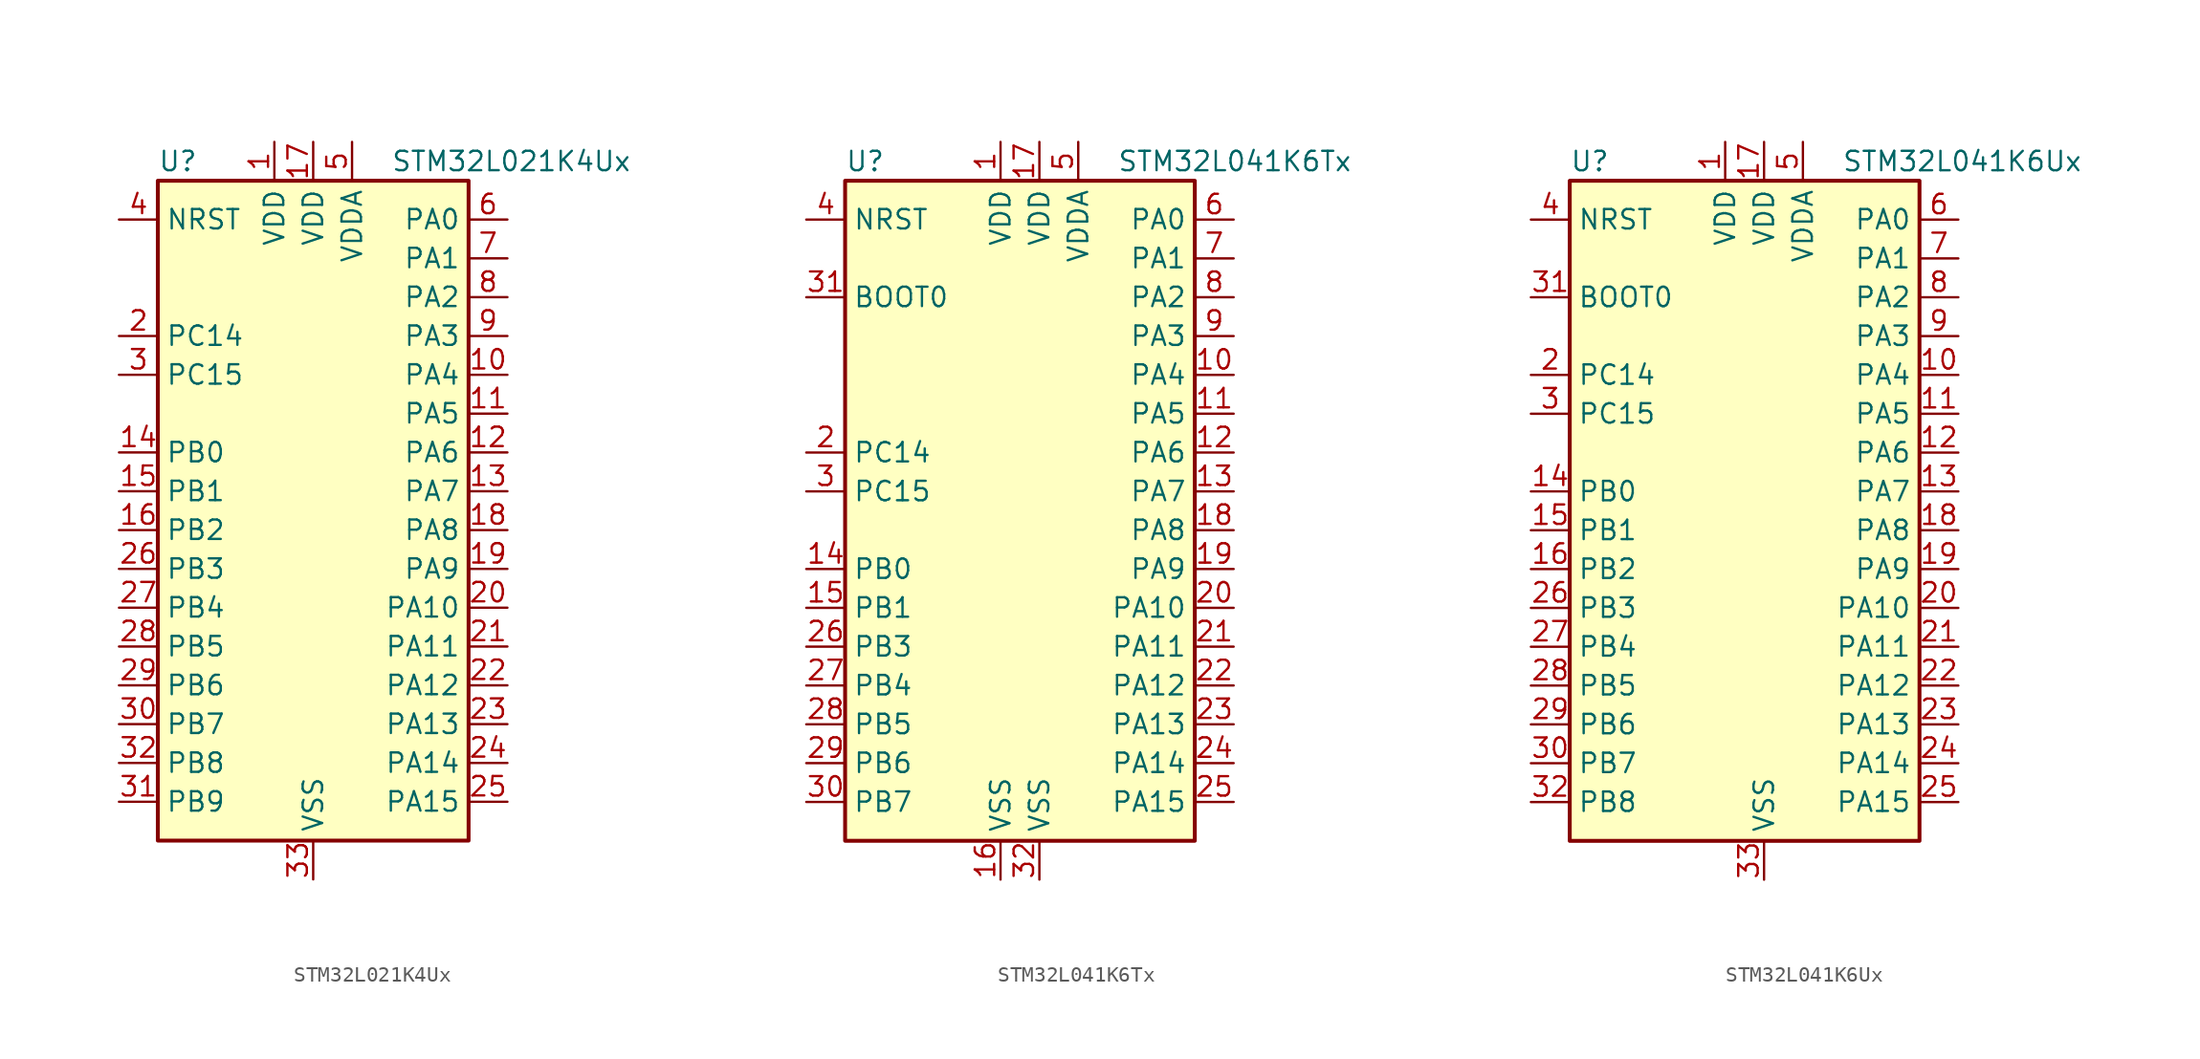
<source format=kicad_sym>
(kicad_symbol_lib
  (version 20201005)
  (generator kicad_symbol_editor)
  (symbol "STM32L021K4Ux"
    (property "Reference" "U"
      (at -10.16 21.59 0)
      (effects (font (size 1.27 1.27)) (justify left)))
    (property "Value" "STM32L021K4Ux"
      (at 5.08 21.59 0)
      (effects (font (size 1.27 1.27)) (justify left)))
    (symbol "STM32L021K4Ux_0_1"
      (rectangle (start -10.16 -22.86) (end 10.16 20.32) (stroke (width 0.254)) (fill (type background))))
    (symbol "STM32L021K4Ux_1_1"
      (pin input line (at -12.7 17.78 0) (length 2.54) (name "NRST" (effects (font (size 1.27 1.27)))) (number "4" (effects (font (size 1.27 1.27)))))
      (pin bidirectional line (at 12.7 17.78 180) (length 2.54) (name "PA0" (effects (font (size 1.27 1.27)))) (number "6" (effects (font (size 1.27 1.27)))))
      (pin bidirectional line (at 12.7 15.24 180) (length 2.54) (name "PA1" (effects (font (size 1.27 1.27)))) (number "7" (effects (font (size 1.27 1.27)))))
      (pin bidirectional line (at 12.7 -7.62 180) (length 2.54) (name "PA10" (effects (font (size 1.27 1.27)))) (number "20" (effects (font (size 1.27 1.27)))))
      (pin bidirectional line (at 12.7 -10.16 180) (length 2.54) (name "PA11" (effects (font (size 1.27 1.27)))) (number "21" (effects (font (size 1.27 1.27)))))
      (pin bidirectional line (at 12.7 -12.7 180) (length 2.54) (name "PA12" (effects (font (size 1.27 1.27)))) (number "22" (effects (font (size 1.27 1.27)))))
      (pin bidirectional line (at 12.7 -15.24 180) (length 2.54) (name "PA13" (effects (font (size 1.27 1.27)))) (number "23" (effects (font (size 1.27 1.27)))))
      (pin bidirectional line (at 12.7 -17.78 180) (length 2.54) (name "PA14" (effects (font (size 1.27 1.27)))) (number "24" (effects (font (size 1.27 1.27)))))
      (pin bidirectional line (at 12.7 -20.32 180) (length 2.54) (name "PA15" (effects (font (size 1.27 1.27)))) (number "25" (effects (font (size 1.27 1.27)))))
      (pin bidirectional line (at 12.7 12.7 180) (length 2.54) (name "PA2" (effects (font (size 1.27 1.27)))) (number "8" (effects (font (size 1.27 1.27)))))
      (pin bidirectional line (at 12.7 10.16 180) (length 2.54) (name "PA3" (effects (font (size 1.27 1.27)))) (number "9" (effects (font (size 1.27 1.27)))))
      (pin bidirectional line (at 12.7 7.62 180) (length 2.54) (name "PA4" (effects (font (size 1.27 1.27)))) (number "10" (effects (font (size 1.27 1.27)))))
      (pin bidirectional line (at 12.7 5.08 180) (length 2.54) (name "PA5" (effects (font (size 1.27 1.27)))) (number "11" (effects (font (size 1.27 1.27)))))
      (pin bidirectional line (at 12.7 2.54 180) (length 2.54) (name "PA6" (effects (font (size 1.27 1.27)))) (number "12" (effects (font (size 1.27 1.27)))))
      (pin bidirectional line (at 12.7 0 180) (length 2.54) (name "PA7" (effects (font (size 1.27 1.27)))) (number "13" (effects (font (size 1.27 1.27)))))
      (pin bidirectional line (at 12.7 -2.54 180) (length 2.54) (name "PA8" (effects (font (size 1.27 1.27)))) (number "18" (effects (font (size 1.27 1.27)))))
      (pin bidirectional line (at 12.7 -5.08 180) (length 2.54) (name "PA9" (effects (font (size 1.27 1.27)))) (number "19" (effects (font (size 1.27 1.27)))))
      (pin bidirectional line (at -12.7 2.54 0) (length 2.54) (name "PB0" (effects (font (size 1.27 1.27)))) (number "14" (effects (font (size 1.27 1.27)))))
      (pin bidirectional line (at -12.7 0 0) (length 2.54) (name "PB1" (effects (font (size 1.27 1.27)))) (number "15" (effects (font (size 1.27 1.27)))))
      (pin bidirectional line (at -12.7 -2.54 0) (length 2.54) (name "PB2" (effects (font (size 1.27 1.27)))) (number "16" (effects (font (size 1.27 1.27)))))
      (pin bidirectional line (at -12.7 -5.08 0) (length 2.54) (name "PB3" (effects (font (size 1.27 1.27)))) (number "26" (effects (font (size 1.27 1.27)))))
      (pin bidirectional line (at -12.7 -7.62 0) (length 2.54) (name "PB4" (effects (font (size 1.27 1.27)))) (number "27" (effects (font (size 1.27 1.27)))))
      (pin bidirectional line (at -12.7 -10.16 0) (length 2.54) (name "PB5" (effects (font (size 1.27 1.27)))) (number "28" (effects (font (size 1.27 1.27)))))
      (pin bidirectional line (at -12.7 -12.7 0) (length 2.54) (name "PB6" (effects (font (size 1.27 1.27)))) (number "29" (effects (font (size 1.27 1.27)))))
      (pin bidirectional line (at -12.7 -15.24 0) (length 2.54) (name "PB7" (effects (font (size 1.27 1.27)))) (number "30" (effects (font (size 1.27 1.27)))))
      (pin bidirectional line (at -12.7 -17.78 0) (length 2.54) (name "PB8" (effects (font (size 1.27 1.27)))) (number "32" (effects (font (size 1.27 1.27)))))
      (pin bidirectional line (at -12.7 -20.32 0) (length 2.54) (name "PB9" (effects (font (size 1.27 1.27)))) (number "31" (effects (font (size 1.27 1.27)))))
      (pin bidirectional line (at -12.7 10.16 0) (length 2.54) (name "PC14" (effects (font (size 1.27 1.27)))) (number "2" (effects (font (size 1.27 1.27)))))
      (pin bidirectional line (at -12.7 7.62 0) (length 2.54) (name "PC15" (effects (font (size 1.27 1.27)))) (number "3" (effects (font (size 1.27 1.27)))))
      (pin power_in line (at -2.54 22.86 270) (length 2.54) (name "VDD" (effects (font (size 1.27 1.27)))) (number "1" (effects (font (size 1.27 1.27)))))
      (pin power_in line (at 0 22.86 270) (length 2.54) (name "VDD" (effects (font (size 1.27 1.27)))) (number "17" (effects (font (size 1.27 1.27)))))
      (pin power_in line (at 2.54 22.86 270) (length 2.54) (name "VDDA" (effects (font (size 1.27 1.27)))) (number "5" (effects (font (size 1.27 1.27)))))
      (pin power_in line (at 0 -25.4 90) (length 2.54) (name "VSS" (effects (font (size 1.27 1.27)))) (number "33" (effects (font (size 1.27 1.27)))))))
  (symbol "STM32L041K6Tx"
    (property "Reference" "U"
      (at -12.7 21.59 0)
      (effects (font (size 1.27 1.27)) (justify left)))
    (property "Value" "STM32L041K6Tx"
      (at 5.08 21.59 0)
      (effects (font (size 1.27 1.27)) (justify left)))
    (symbol "STM32L041K6Tx_0_1"
      (rectangle (start -12.7 -22.86) (end 10.16 20.32) (stroke (width 0.254)) (fill (type background))))
    (symbol "STM32L041K6Tx_1_1"
      (pin input line (at -15.24 12.7 0) (length 2.54) (name "BOOT0" (effects (font (size 1.27 1.27)))) (number "31" (effects (font (size 1.27 1.27)))))
      (pin input line (at -15.24 17.78 0) (length 2.54) (name "NRST" (effects (font (size 1.27 1.27)))) (number "4" (effects (font (size 1.27 1.27)))))
      (pin bidirectional line (at 12.7 17.78 180) (length 2.54) (name "PA0" (effects (font (size 1.27 1.27)))) (number "6" (effects (font (size 1.27 1.27)))))
      (pin bidirectional line (at 12.7 15.24 180) (length 2.54) (name "PA1" (effects (font (size 1.27 1.27)))) (number "7" (effects (font (size 1.27 1.27)))))
      (pin bidirectional line (at 12.7 -7.62 180) (length 2.54) (name "PA10" (effects (font (size 1.27 1.27)))) (number "20" (effects (font (size 1.27 1.27)))))
      (pin bidirectional line (at 12.7 -10.16 180) (length 2.54) (name "PA11" (effects (font (size 1.27 1.27)))) (number "21" (effects (font (size 1.27 1.27)))))
      (pin bidirectional line (at 12.7 -12.7 180) (length 2.54) (name "PA12" (effects (font (size 1.27 1.27)))) (number "22" (effects (font (size 1.27 1.27)))))
      (pin bidirectional line (at 12.7 -15.24 180) (length 2.54) (name "PA13" (effects (font (size 1.27 1.27)))) (number "23" (effects (font (size 1.27 1.27)))))
      (pin bidirectional line (at 12.7 -17.78 180) (length 2.54) (name "PA14" (effects (font (size 1.27 1.27)))) (number "24" (effects (font (size 1.27 1.27)))))
      (pin bidirectional line (at 12.7 -20.32 180) (length 2.54) (name "PA15" (effects (font (size 1.27 1.27)))) (number "25" (effects (font (size 1.27 1.27)))))
      (pin bidirectional line (at 12.7 12.7 180) (length 2.54) (name "PA2" (effects (font (size 1.27 1.27)))) (number "8" (effects (font (size 1.27 1.27)))))
      (pin bidirectional line (at 12.7 10.16 180) (length 2.54) (name "PA3" (effects (font (size 1.27 1.27)))) (number "9" (effects (font (size 1.27 1.27)))))
      (pin bidirectional line (at 12.7 7.62 180) (length 2.54) (name "PA4" (effects (font (size 1.27 1.27)))) (number "10" (effects (font (size 1.27 1.27)))))
      (pin bidirectional line (at 12.7 5.08 180) (length 2.54) (name "PA5" (effects (font (size 1.27 1.27)))) (number "11" (effects (font (size 1.27 1.27)))))
      (pin bidirectional line (at 12.7 2.54 180) (length 2.54) (name "PA6" (effects (font (size 1.27 1.27)))) (number "12" (effects (font (size 1.27 1.27)))))
      (pin bidirectional line (at 12.7 0 180) (length 2.54) (name "PA7" (effects (font (size 1.27 1.27)))) (number "13" (effects (font (size 1.27 1.27)))))
      (pin bidirectional line (at 12.7 -2.54 180) (length 2.54) (name "PA8" (effects (font (size 1.27 1.27)))) (number "18" (effects (font (size 1.27 1.27)))))
      (pin bidirectional line (at 12.7 -5.08 180) (length 2.54) (name "PA9" (effects (font (size 1.27 1.27)))) (number "19" (effects (font (size 1.27 1.27)))))
      (pin bidirectional line (at -15.24 -5.08 0) (length 2.54) (name "PB0" (effects (font (size 1.27 1.27)))) (number "14" (effects (font (size 1.27 1.27)))))
      (pin bidirectional line (at -15.24 -7.62 0) (length 2.54) (name "PB1" (effects (font (size 1.27 1.27)))) (number "15" (effects (font (size 1.27 1.27)))))
      (pin bidirectional line (at -15.24 -10.16 0) (length 2.54) (name "PB3" (effects (font (size 1.27 1.27)))) (number "26" (effects (font (size 1.27 1.27)))))
      (pin bidirectional line (at -15.24 -12.7 0) (length 2.54) (name "PB4" (effects (font (size 1.27 1.27)))) (number "27" (effects (font (size 1.27 1.27)))))
      (pin bidirectional line (at -15.24 -15.24 0) (length 2.54) (name "PB5" (effects (font (size 1.27 1.27)))) (number "28" (effects (font (size 1.27 1.27)))))
      (pin bidirectional line (at -15.24 -17.78 0) (length 2.54) (name "PB6" (effects (font (size 1.27 1.27)))) (number "29" (effects (font (size 1.27 1.27)))))
      (pin bidirectional line (at -15.24 -20.32 0) (length 2.54) (name "PB7" (effects (font (size 1.27 1.27)))) (number "30" (effects (font (size 1.27 1.27)))))
      (pin bidirectional line (at -15.24 2.54 0) (length 2.54) (name "PC14" (effects (font (size 1.27 1.27)))) (number "2" (effects (font (size 1.27 1.27)))))
      (pin bidirectional line (at -15.24 0 0) (length 2.54) (name "PC15" (effects (font (size 1.27 1.27)))) (number "3" (effects (font (size 1.27 1.27)))))
      (pin power_in line (at -2.54 22.86 270) (length 2.54) (name "VDD" (effects (font (size 1.27 1.27)))) (number "1" (effects (font (size 1.27 1.27)))))
      (pin power_in line (at 0 22.86 270) (length 2.54) (name "VDD" (effects (font (size 1.27 1.27)))) (number "17" (effects (font (size 1.27 1.27)))))
      (pin power_in line (at 2.54 22.86 270) (length 2.54) (name "VDDA" (effects (font (size 1.27 1.27)))) (number "5" (effects (font (size 1.27 1.27)))))
      (pin power_in line (at -2.54 -25.4 90) (length 2.54) (name "VSS" (effects (font (size 1.27 1.27)))) (number "16" (effects (font (size 1.27 1.27)))))
      (pin power_in line (at 0 -25.4 90) (length 2.54) (name "VSS" (effects (font (size 1.27 1.27)))) (number "32" (effects (font (size 1.27 1.27)))))))
  (symbol "STM32L041K6Ux"
    (property "Reference" "U"
      (at -12.7 21.59 0)
      (effects (font (size 1.27 1.27)) (justify left)))
    (property "Value" "STM32L041K6Ux"
      (at 5.08 21.59 0)
      (effects (font (size 1.27 1.27)) (justify left)))
    (symbol "STM32L041K6Ux_0_1"
      (rectangle (start -12.7 -22.86) (end 10.16 20.32) (stroke (width 0.254)) (fill (type background))))
    (symbol "STM32L041K6Ux_1_1"
      (pin input line (at -15.24 12.7 0) (length 2.54) (name "BOOT0" (effects (font (size 1.27 1.27)))) (number "31" (effects (font (size 1.27 1.27)))))
      (pin input line (at -15.24 17.78 0) (length 2.54) (name "NRST" (effects (font (size 1.27 1.27)))) (number "4" (effects (font (size 1.27 1.27)))))
      (pin bidirectional line (at 12.7 17.78 180) (length 2.54) (name "PA0" (effects (font (size 1.27 1.27)))) (number "6" (effects (font (size 1.27 1.27)))))
      (pin bidirectional line (at 12.7 15.24 180) (length 2.54) (name "PA1" (effects (font (size 1.27 1.27)))) (number "7" (effects (font (size 1.27 1.27)))))
      (pin bidirectional line (at 12.7 -7.62 180) (length 2.54) (name "PA10" (effects (font (size 1.27 1.27)))) (number "20" (effects (font (size 1.27 1.27)))))
      (pin bidirectional line (at 12.7 -10.16 180) (length 2.54) (name "PA11" (effects (font (size 1.27 1.27)))) (number "21" (effects (font (size 1.27 1.27)))))
      (pin bidirectional line (at 12.7 -12.7 180) (length 2.54) (name "PA12" (effects (font (size 1.27 1.27)))) (number "22" (effects (font (size 1.27 1.27)))))
      (pin bidirectional line (at 12.7 -15.24 180) (length 2.54) (name "PA13" (effects (font (size 1.27 1.27)))) (number "23" (effects (font (size 1.27 1.27)))))
      (pin bidirectional line (at 12.7 -17.78 180) (length 2.54) (name "PA14" (effects (font (size 1.27 1.27)))) (number "24" (effects (font (size 1.27 1.27)))))
      (pin bidirectional line (at 12.7 -20.32 180) (length 2.54) (name "PA15" (effects (font (size 1.27 1.27)))) (number "25" (effects (font (size 1.27 1.27)))))
      (pin bidirectional line (at 12.7 12.7 180) (length 2.54) (name "PA2" (effects (font (size 1.27 1.27)))) (number "8" (effects (font (size 1.27 1.27)))))
      (pin bidirectional line (at 12.7 10.16 180) (length 2.54) (name "PA3" (effects (font (size 1.27 1.27)))) (number "9" (effects (font (size 1.27 1.27)))))
      (pin bidirectional line (at 12.7 7.62 180) (length 2.54) (name "PA4" (effects (font (size 1.27 1.27)))) (number "10" (effects (font (size 1.27 1.27)))))
      (pin bidirectional line (at 12.7 5.08 180) (length 2.54) (name "PA5" (effects (font (size 1.27 1.27)))) (number "11" (effects (font (size 1.27 1.27)))))
      (pin bidirectional line (at 12.7 2.54 180) (length 2.54) (name "PA6" (effects (font (size 1.27 1.27)))) (number "12" (effects (font (size 1.27 1.27)))))
      (pin bidirectional line (at 12.7 0 180) (length 2.54) (name "PA7" (effects (font (size 1.27 1.27)))) (number "13" (effects (font (size 1.27 1.27)))))
      (pin bidirectional line (at 12.7 -2.54 180) (length 2.54) (name "PA8" (effects (font (size 1.27 1.27)))) (number "18" (effects (font (size 1.27 1.27)))))
      (pin bidirectional line (at 12.7 -5.08 180) (length 2.54) (name "PA9" (effects (font (size 1.27 1.27)))) (number "19" (effects (font (size 1.27 1.27)))))
      (pin bidirectional line (at -15.24 0 0) (length 2.54) (name "PB0" (effects (font (size 1.27 1.27)))) (number "14" (effects (font (size 1.27 1.27)))))
      (pin bidirectional line (at -15.24 -2.54 0) (length 2.54) (name "PB1" (effects (font (size 1.27 1.27)))) (number "15" (effects (font (size 1.27 1.27)))))
      (pin bidirectional line (at -15.24 -5.08 0) (length 2.54) (name "PB2" (effects (font (size 1.27 1.27)))) (number "16" (effects (font (size 1.27 1.27)))))
      (pin bidirectional line (at -15.24 -7.62 0) (length 2.54) (name "PB3" (effects (font (size 1.27 1.27)))) (number "26" (effects (font (size 1.27 1.27)))))
      (pin bidirectional line (at -15.24 -10.16 0) (length 2.54) (name "PB4" (effects (font (size 1.27 1.27)))) (number "27" (effects (font (size 1.27 1.27)))))
      (pin bidirectional line (at -15.24 -12.7 0) (length 2.54) (name "PB5" (effects (font (size 1.27 1.27)))) (number "28" (effects (font (size 1.27 1.27)))))
      (pin bidirectional line (at -15.24 -15.24 0) (length 2.54) (name "PB6" (effects (font (size 1.27 1.27)))) (number "29" (effects (font (size 1.27 1.27)))))
      (pin bidirectional line (at -15.24 -17.78 0) (length 2.54) (name "PB7" (effects (font (size 1.27 1.27)))) (number "30" (effects (font (size 1.27 1.27)))))
      (pin bidirectional line (at -15.24 -20.32 0) (length 2.54) (name "PB8" (effects (font (size 1.27 1.27)))) (number "32" (effects (font (size 1.27 1.27)))))
      (pin bidirectional line (at -15.24 7.62 0) (length 2.54) (name "PC14" (effects (font (size 1.27 1.27)))) (number "2" (effects (font (size 1.27 1.27)))))
      (pin bidirectional line (at -15.24 5.08 0) (length 2.54) (name "PC15" (effects (font (size 1.27 1.27)))) (number "3" (effects (font (size 1.27 1.27)))))
      (pin power_in line (at -2.54 22.86 270) (length 2.54) (name "VDD" (effects (font (size 1.27 1.27)))) (number "1" (effects (font (size 1.27 1.27)))))
      (pin power_in line (at 0 22.86 270) (length 2.54) (name "VDD" (effects (font (size 1.27 1.27)))) (number "17" (effects (font (size 1.27 1.27)))))
      (pin power_in line (at 2.54 22.86 270) (length 2.54) (name "VDDA" (effects (font (size 1.27 1.27)))) (number "5" (effects (font (size 1.27 1.27)))))
      (pin power_in line (at 0 -25.4 90) (length 2.54) (name "VSS" (effects (font (size 1.27 1.27)))) (number "33" (effects (font (size 1.27 1.27))))))))
</source>
